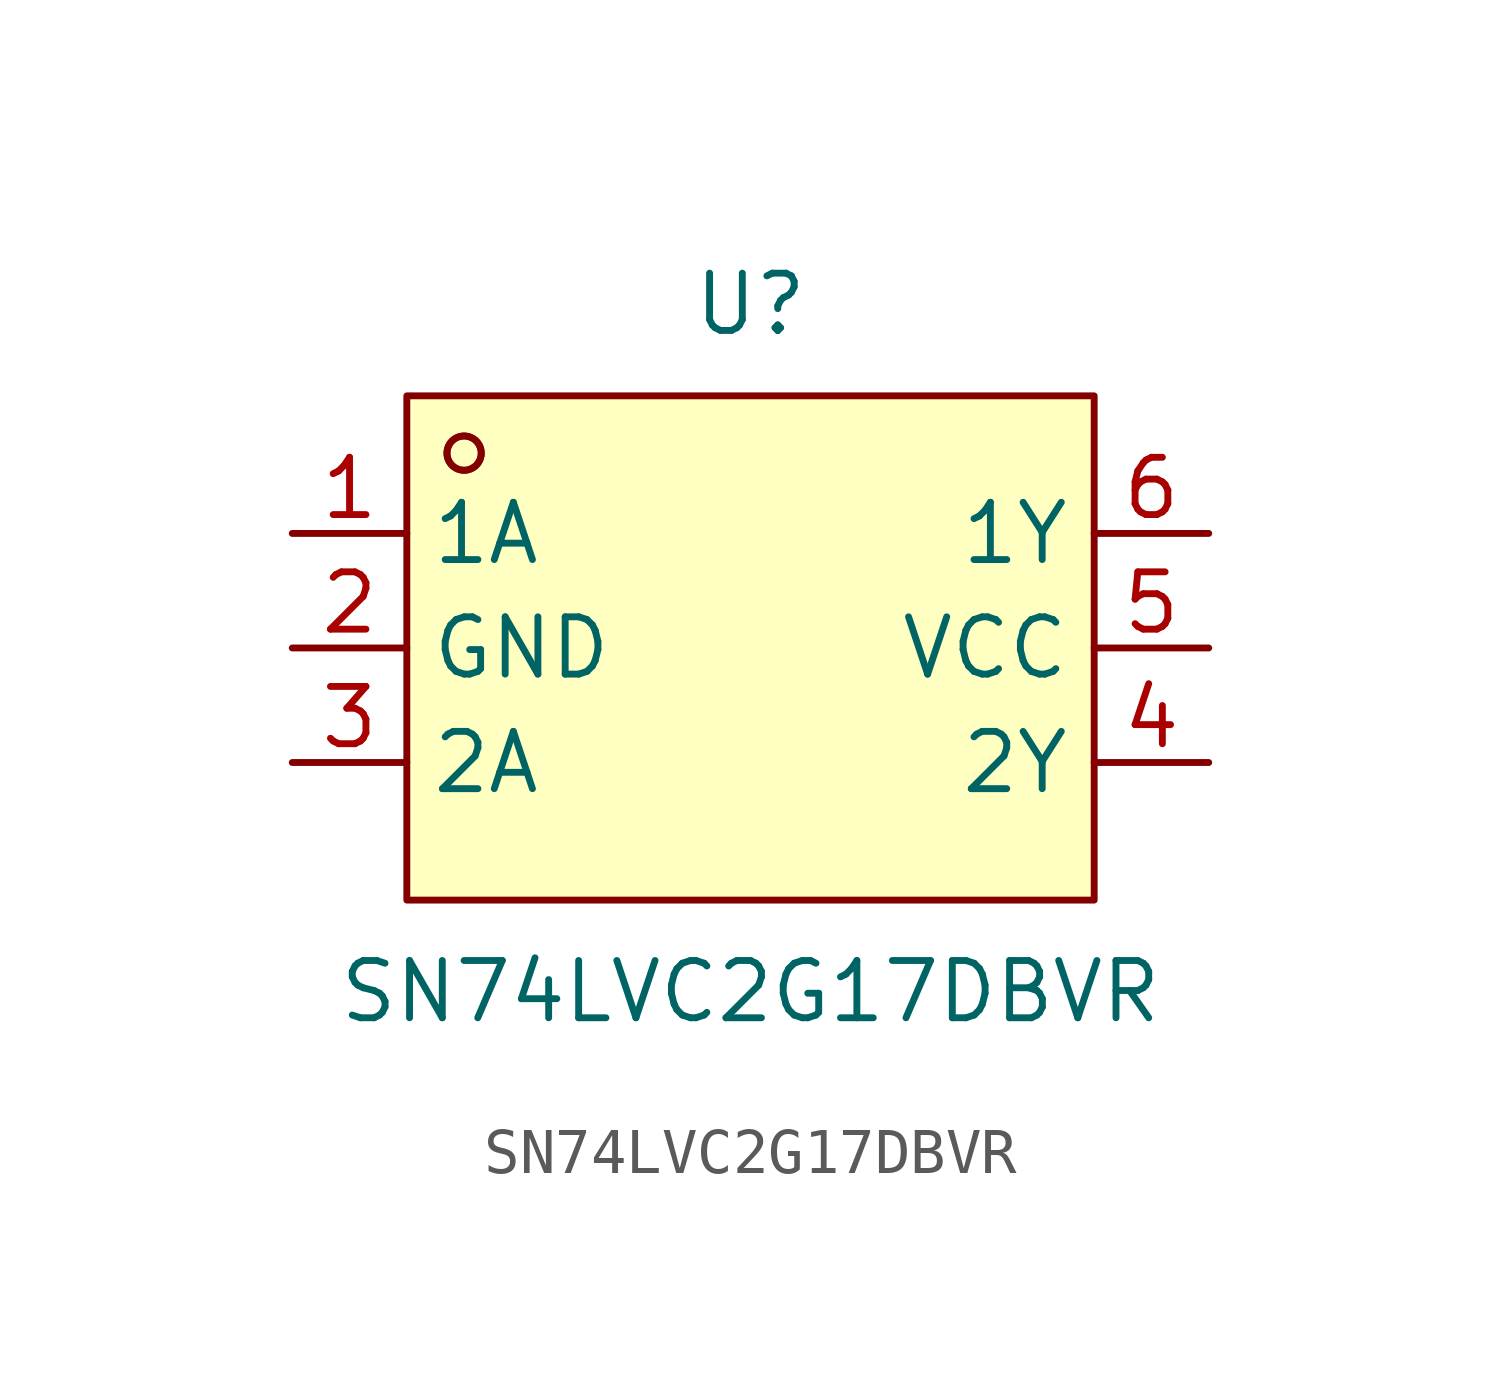
<source format=kicad_sym>
(kicad_symbol_lib
  (version 20241209)
  (generator "kicad_symbol_editor")
  (generator_version "9.0")
  (symbol "SN74LVC2G17DBVR"
    (property "Reference" "U"
      (at 0 7.62 0)
      (effects (font (size 1.27 1.27))))
    (property "Value" "SN74LVC2G17DBVR"
      (at 0 -7.62 0)
      (effects (font (size 1.27 1.27))))
    (symbol "SN74LVC2G17DBVR_0_1"
      (rectangle (start -7.62 5.59) (end 7.62 -5.59) (stroke (width 0) (type default)) (fill (type background)))
      (circle (center -6.35 4.32) (radius 0.38) (stroke (width 0) (type default)) (fill (type none)))
      (circle (center -6.35 4.32) (radius 0.38) (stroke (width 0) (type default)) (fill (type none)))
      (pin unspecified line (at -10.16 2.54 0) (length 2.54) (name "1A" (effects (font (size 1.27 1.27)))) (number "1" (effects (font (size 1.27 1.27)))))
      (pin unspecified line (at -10.16 0 0) (length 2.54) (name "GND" (effects (font (size 1.27 1.27)))) (number "2" (effects (font (size 1.27 1.27)))))
      (pin unspecified line (at -10.16 -2.54 0) (length 2.54) (name "2A" (effects (font (size 1.27 1.27)))) (number "3" (effects (font (size 1.27 1.27)))))
      (pin unspecified line (at 10.16 2.54 180) (length 2.54) (name "1Y" (effects (font (size 1.27 1.27)))) (number "6" (effects (font (size 1.27 1.27)))))
      (pin unspecified line (at 10.16 0 180) (length 2.54) (name "VCC" (effects (font (size 1.27 1.27)))) (number "5" (effects (font (size 1.27 1.27)))))
      (pin unspecified line (at 10.16 -2.54 180) (length 2.54) (name "2Y" (effects (font (size 1.27 1.27)))) (number "4" (effects (font (size 1.27 1.27))))))))
</source>
